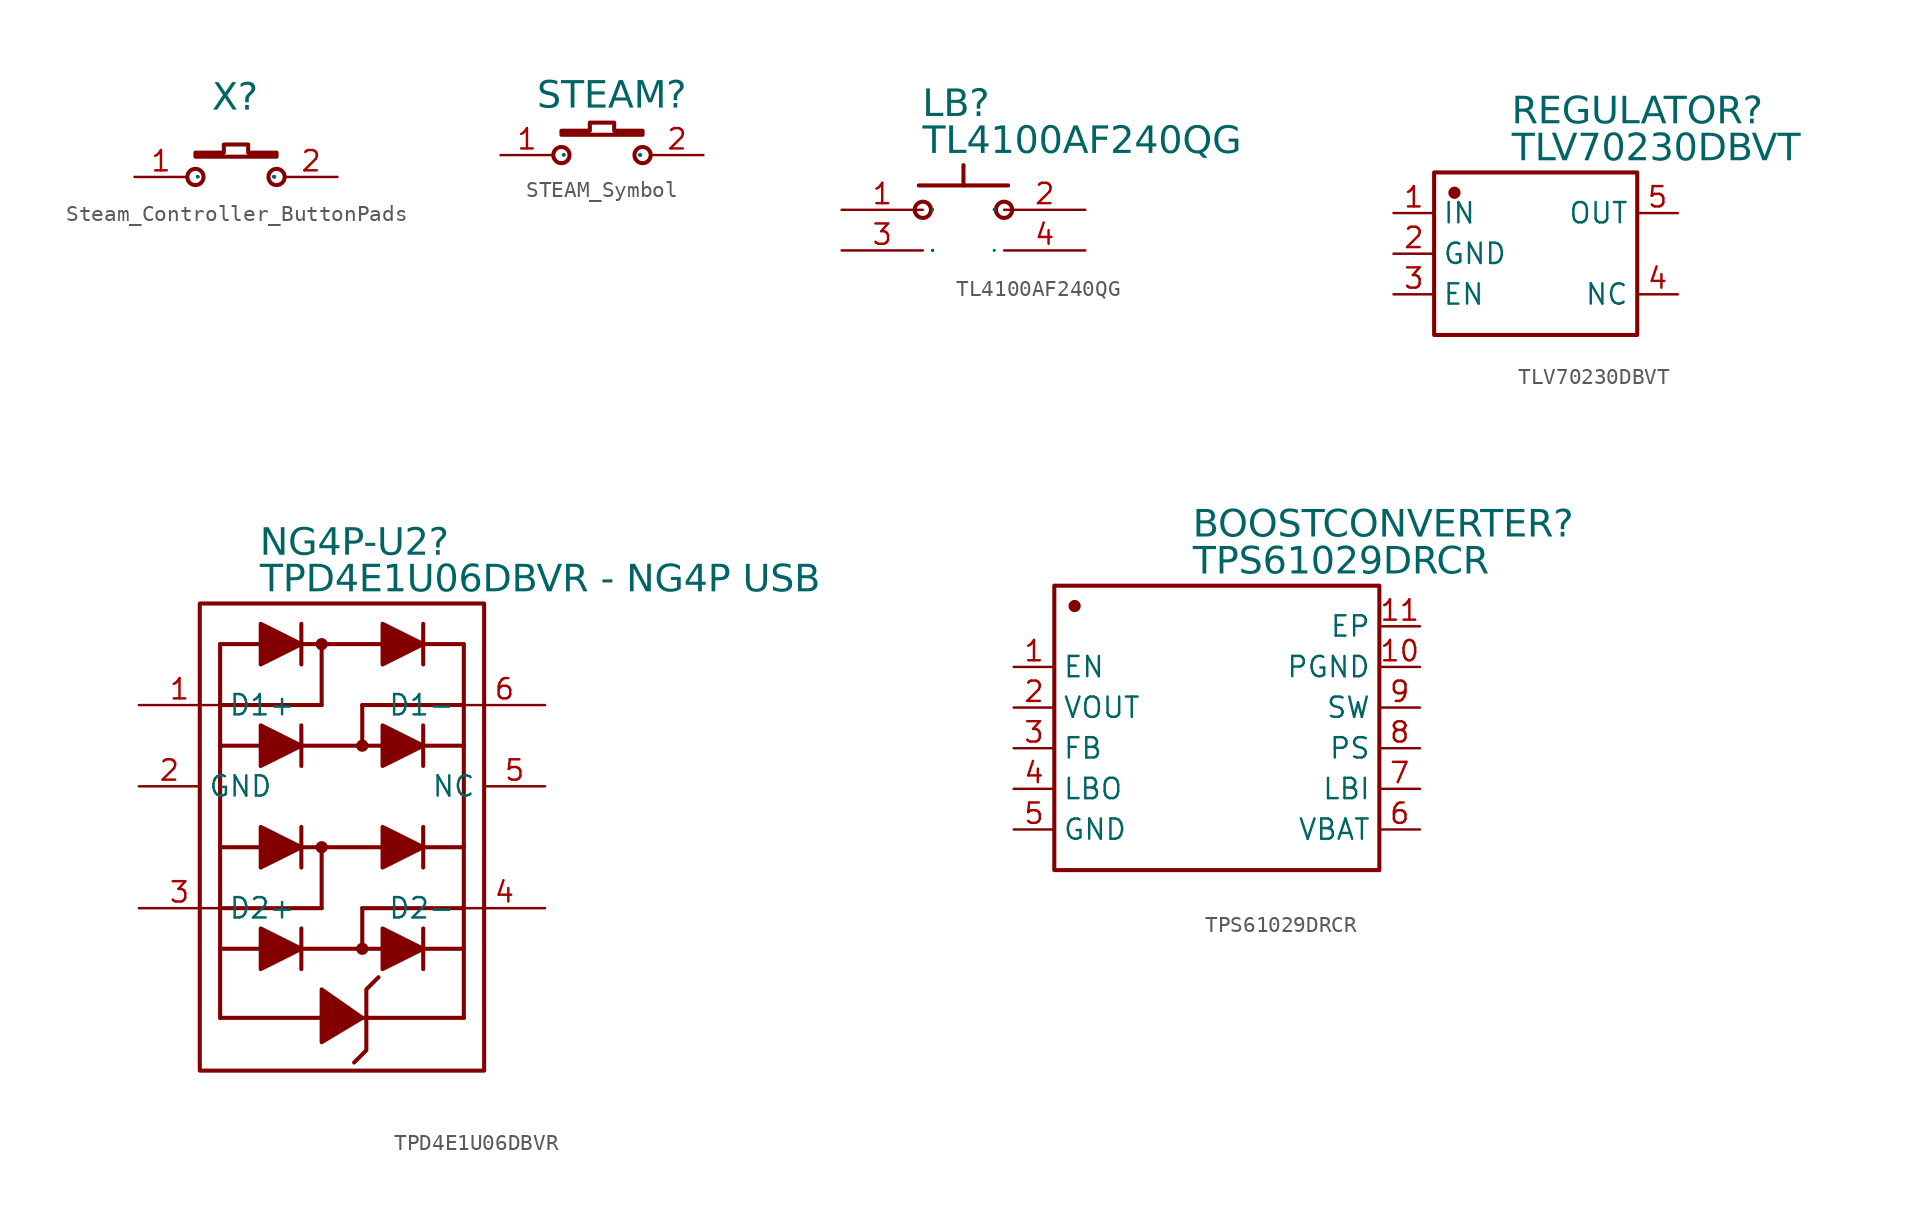
<source format=kicad_sym>
(kicad_symbol_lib
  (version 20241209)
  (generator "kicad_symbol_editor")
  (generator_version "9.0")
  (symbol "Steam_Controller_ButtonPads"
    (property "Reference" "X"
      (at -2.769 5.905 0)
      (effects (font (face "Arial") (size 1.689 1.689)) (justify left top)))
    (symbol "Steam_Controller_ButtonPads_0_0"
      (polyline (pts (xy -3.81 1.27) (xy 1.27 1.27) (xy 1.27 1.524) (xy -0.508 1.524) (xy -0.508 2.032) (xy -2.032 2.032) (xy -2.032 1.524) (xy -3.81 1.524) (xy -3.81 1.27)) (stroke (width 0.254) (type solid)) (fill (type none)))
      (circle (center -3.81 0) (radius 0.508) (stroke (width 0.254) (type solid)) (fill (type none)))
      (circle (center 1.27 0) (radius 0.508) (stroke (width 0.254) (type solid)) (fill (type none)))
      (pin input line (at -7.62 0 0) (length 3.302) (name "1_in" (effects (font (size 0.025 0.025)))) (number "1" (effects (font (size 1.27 1.27)))))
      (pin output line (at 5.08 0 180) (length 3.302) (name "2_out" (effects (font (size 0.025 0.025)))) (number "2" (effects (font (size 1.27 1.27)))))))
  (symbol "STEAM_Symbol"
    (property "Reference" "STEAM"
      (at -5.334 4.661 0)
      (effects (font (face "Arial") (size 1.689 1.689)) (justify left top)))
    (symbol "STEAM_Symbol_0_0"
      (polyline (pts (xy -3.81 1.27) (xy 1.27 1.27) (xy 1.27 1.524) (xy -0.508 1.524) (xy -0.508 2.032) (xy -2.032 2.032) (xy -2.032 1.524) (xy -3.81 1.524) (xy -3.81 1.27)) (stroke (width 0.254) (type solid)) (fill (type none)))
      (circle (center -3.81 0) (radius 0.508) (stroke (width 0.254) (type solid)) (fill (type none)))
      (circle (center 1.27 0) (radius 0.508) (stroke (width 0.254) (type solid)) (fill (type none)))
      (pin unspecified line (at -7.62 0 0) (length 3.302) (name "1_in" (effects (font (size 0.025 0.025)))) (number "1" (effects (font (size 1.27 1.27)))))
      (pin unspecified line (at 5.08 0 180) (length 3.302) (name "2_out" (effects (font (size 0.025 0.025)))) (number "2" (effects (font (size 1.27 1.27)))))))
  (symbol "TL4100AF240QG"
    (property "Reference" "LB"
      (at -2.565 7.556 0)
      (effects (font (face "Arial") (size 1.689 1.689)) (justify left top)))
    (property "Value" "TL4100AF240QG"
      (at -2.565 5.245 0)
      (effects (font (face "Arial") (size 1.689 1.689)) (justify left top)))
    (symbol "TL4100AF240QG_0_0"
      (polyline (pts (xy -2.794 1.524) (xy 2.794 1.524)) (stroke (width 0.254) (type solid)) (fill (type none)))
      (circle (center -2.54 0) (radius 0.508) (stroke (width 0.254) (type solid)) (fill (type none)))
      (polyline (pts (xy 0 1.524) (xy 0 2.794)) (stroke (width 0.254) (type solid)) (fill (type none)))
      (circle (center 2.54 0) (radius 0.508) (stroke (width 0.254) (type solid)) (fill (type none)))
      (pin unspecified line (at -7.62 0 0) (length 5.08) (name "1" (effects (font (size 0.025 0.025)))) (number "1" (effects (font (size 1.27 1.27)))))
      (pin unspecified line (at -7.62 -2.54 0) (length 5.08) (name "3" (effects (font (size 0.025 0.025)))) (number "3" (effects (font (size 1.27 1.27)))))
      (pin unspecified line (at 7.62 0 180) (length 5.08) (name "2" (effects (font (size 0.025 0.025)))) (number "2" (effects (font (size 1.27 1.27)))))
      (pin unspecified line (at 7.62 -2.54 180) (length 5.08) (name "4" (effects (font (size 0.025 0.025)))) (number "4" (effects (font (size 1.27 1.27)))))))
  (symbol "TLV70230DBVT"
    (property "Reference" "REGULATOR"
      (at -1.499 9.842 0)
      (effects (font (face "Arial") (size 1.689 1.689)) (justify left top)))
    (property "Value" "TLV70230DBVT"
      (at -1.499 7.531 0)
      (effects (font (face "Arial") (size 1.689 1.689)) (justify left top)))
    (symbol "TLV70230DBVT_0_0"
      (rectangle (start -6.35 5.08) (end 6.35 -5.08) (stroke (width 0.254) (type solid)) (fill (type none)))
      (circle (center -5.08 3.81) (radius 0.254) (stroke (width 0.254) (type solid)) (fill (type outline)))
      (pin unspecified line (at -8.89 2.54 0) (length 2.54) (name "IN" (effects (font (size 1.27 1.27)))) (number "1" (effects (font (size 1.27 1.27)))))
      (pin unspecified line (at -8.89 0 0) (length 2.54) (name "GND" (effects (font (size 1.27 1.27)))) (number "2" (effects (font (size 1.27 1.27)))))
      (pin unspecified line (at -8.89 -2.54 0) (length 2.54) (name "EN" (effects (font (size 1.27 1.27)))) (number "3" (effects (font (size 1.27 1.27)))))
      (pin unspecified line (at 8.89 2.54 180) (length 2.54) (name "OUT" (effects (font (size 1.27 1.27)))) (number "5" (effects (font (size 1.27 1.27)))))
      (pin unspecified line (at 8.89 -2.54 180) (length 2.54) (name "NC" (effects (font (size 1.27 1.27)))) (number "4" (effects (font (size 1.27 1.27)))))))
  (symbol "TPD4E1U06DBVR"
    (property "Reference" "NG4P-U2"
      (at -5.131 18.707 0)
      (effects (font (face "Arial") (size 1.689 1.689)) (justify left top)))
    (property "Value" "TPD4E1U06DBVR - NG4P USB"
      (at -5.131 16.421 0)
      (effects (font (face "Arial") (size 1.689 1.689)) (justify left top)))
    (symbol "TPD4E1U06DBVR_0_0"
      (rectangle (start -8.89 13.97) (end 8.89 -15.24) (stroke (width 0.254) (type solid)) (fill (type none)))
      (polyline (pts (xy -7.62 11.43) (xy 7.62 11.43)) (stroke (width 0.254) (type solid)) (fill (type none)))
      (polyline (pts (xy -7.62 5.08) (xy 7.62 5.08)) (stroke (width 0.254) (type solid)) (fill (type none)))
      (polyline (pts (xy -7.62 -1.27) (xy 7.62 -1.27)) (stroke (width 0.254) (type solid)) (fill (type none)))
      (polyline (pts (xy -7.62 -7.62) (xy 7.62 -7.62)) (stroke (width 0.254) (type solid)) (fill (type none)))
      (polyline (pts (xy -7.62 -11.938) (xy -7.62 11.43)) (stroke (width 0.254) (type solid)) (fill (type none)))
      (polyline (pts (xy -7.62 -11.938) (xy -1.27 -11.938)) (stroke (width 0.254) (type solid)) (fill (type none)))
      (polyline (pts (xy -5.08 10.16) (xy -2.54 11.43) (xy -5.08 12.7) (xy -5.08 10.16)) (stroke (width 0.254) (type solid)) (fill (type outline)))
      (polyline (pts (xy -5.08 3.81) (xy -2.54 5.08) (xy -5.08 6.35) (xy -5.08 3.81)) (stroke (width 0.254) (type solid)) (fill (type outline)))
      (polyline (pts (xy -5.08 0) (xy -2.54 -1.27) (xy -5.08 -2.54) (xy -5.08 0)) (stroke (width 0.254) (type solid)) (fill (type outline)))
      (polyline (pts (xy -5.08 -6.35) (xy -2.54 -7.62) (xy -5.08 -8.89) (xy -5.08 -6.35)) (stroke (width 0.254) (type solid)) (fill (type outline)))
      (polyline (pts (xy -2.54 12.7) (xy -2.54 11.43)) (stroke (width 0.254) (type solid)) (fill (type none)))
      (polyline (pts (xy -2.54 11.43) (xy -2.54 10.16)) (stroke (width 0.254) (type solid)) (fill (type none)))
      (polyline (pts (xy -2.54 6.35) (xy -2.54 5.08)) (stroke (width 0.254) (type solid)) (fill (type none)))
      (polyline (pts (xy -2.54 5.08) (xy -2.54 3.81)) (stroke (width 0.254) (type solid)) (fill (type none)))
      (polyline (pts (xy -2.54 -1.27) (xy -2.54 0)) (stroke (width 0.254) (type solid)) (fill (type none)))
      (polyline (pts (xy -2.54 -2.54) (xy -2.54 -1.27)) (stroke (width 0.254) (type solid)) (fill (type none)))
      (polyline (pts (xy -2.54 -7.62) (xy -2.54 -6.35)) (stroke (width 0.254) (type solid)) (fill (type none)))
      (polyline (pts (xy -2.54 -8.89) (xy -2.54 -7.62)) (stroke (width 0.254) (type solid)) (fill (type none)))
      (circle (center -1.27 11.43) (radius 0.254) (stroke (width 0.254) (type solid)) (fill (type none)))
      (polyline (pts (xy -1.27 7.62) (xy -7.62 7.62)) (stroke (width 0.254) (type solid)) (fill (type none)))
      (polyline (pts (xy -1.27 7.62) (xy -1.27 11.43)) (stroke (width 0.254) (type solid)) (fill (type none)))
      (circle (center -1.27 -1.27) (radius 0.254) (stroke (width 0.254) (type solid)) (fill (type none)))
      (polyline (pts (xy -1.27 -5.08) (xy -7.62 -5.08)) (stroke (width 0.254) (type solid)) (fill (type none)))
      (polyline (pts (xy -1.27 -5.08) (xy -1.27 -1.27)) (stroke (width 0.254) (type solid)) (fill (type none)))
      (polyline (pts (xy -1.27 -13.462) (xy 1.27 -11.938) (xy -1.27 -10.16) (xy -1.27 -13.462)) (stroke (width 0.254) (type solid)) (fill (type outline)))
      (polyline (pts (xy 1.27 7.62) (xy 1.27 5.08)) (stroke (width 0.254) (type solid)) (fill (type none)))
      (circle (center 1.27 5.08) (radius 0.254) (stroke (width 0.254) (type solid)) (fill (type none)))
      (polyline (pts (xy 1.27 -5.08) (xy 1.27 -7.62)) (stroke (width 0.254) (type solid)) (fill (type none)))
      (circle (center 1.27 -7.62) (radius 0.254) (stroke (width 0.254) (type solid)) (fill (type none)))
      (polyline (pts (xy 1.27 -11.938) (xy 7.62 -11.938)) (stroke (width 0.254) (type solid)) (fill (type none)))
      (polyline (pts (xy 2.286 -9.398) (xy 1.524 -10.16) (xy 1.524 -13.97) (xy 0.762 -14.732)) (stroke (width 0.254) (type solid)) (fill (type none)))
      (polyline (pts (xy 2.54 10.16) (xy 5.08 11.43) (xy 2.54 12.7) (xy 2.54 10.16)) (stroke (width 0.254) (type solid)) (fill (type outline)))
      (polyline (pts (xy 2.54 3.81) (xy 5.08 5.08) (xy 2.54 6.35) (xy 2.54 3.81)) (stroke (width 0.254) (type solid)) (fill (type outline)))
      (polyline (pts (xy 2.54 0) (xy 5.08 -1.27) (xy 2.54 -2.54) (xy 2.54 0)) (stroke (width 0.254) (type solid)) (fill (type outline)))
      (polyline (pts (xy 2.54 -6.35) (xy 5.08 -7.62) (xy 2.54 -8.89) (xy 2.54 -6.35)) (stroke (width 0.254) (type solid)) (fill (type outline)))
      (polyline (pts (xy 5.08 12.7) (xy 5.08 11.43)) (stroke (width 0.254) (type solid)) (fill (type none)))
      (polyline (pts (xy 5.08 11.43) (xy 5.08 10.16)) (stroke (width 0.254) (type solid)) (fill (type none)))
      (polyline (pts (xy 5.08 6.35) (xy 5.08 5.08)) (stroke (width 0.254) (type solid)) (fill (type none)))
      (polyline (pts (xy 5.08 5.08) (xy 5.08 3.81)) (stroke (width 0.254) (type solid)) (fill (type none)))
      (polyline (pts (xy 5.08 -1.27) (xy 5.08 0)) (stroke (width 0.254) (type solid)) (fill (type none)))
      (polyline (pts (xy 5.08 -2.54) (xy 5.08 -1.27)) (stroke (width 0.254) (type solid)) (fill (type none)))
      (polyline (pts (xy 5.08 -7.62) (xy 5.08 -6.35)) (stroke (width 0.254) (type solid)) (fill (type none)))
      (polyline (pts (xy 5.08 -8.89) (xy 5.08 -7.62)) (stroke (width 0.254) (type solid)) (fill (type none)))
      (polyline (pts (xy 7.62 7.62) (xy 1.27 7.62)) (stroke (width 0.254) (type solid)) (fill (type none)))
      (polyline (pts (xy 7.62 -5.08) (xy 1.27 -5.08)) (stroke (width 0.254) (type solid)) (fill (type none)))
      (polyline (pts (xy 7.62 -11.938) (xy 7.62 11.43)) (stroke (width 0.254) (type solid)) (fill (type none)))
      (pin unspecified line (at -12.7 7.62 0) (length 5.08) (name "D1+" (effects (font (size 1.27 1.27)))) (number "1" (effects (font (size 1.27 1.27)))))
      (pin unspecified line (at -12.7 2.54 0) (length 3.81) (name "GND" (effects (font (size 1.27 1.27)))) (number "2" (effects (font (size 1.27 1.27)))))
      (pin unspecified line (at -12.7 -5.08 0) (length 5.08) (name "D2+" (effects (font (size 1.27 1.27)))) (number "3" (effects (font (size 1.27 1.27)))))
      (pin unspecified line (at 12.7 7.62 180) (length 5.08) (name "D1-" (effects (font (size 1.27 1.27)))) (number "6" (effects (font (size 1.27 1.27)))))
      (pin unspecified line (at 12.7 2.54 180) (length 3.81) (name "NC" (effects (font (size 1.27 1.27)))) (number "5" (effects (font (size 1.27 1.27)))))
      (pin unspecified line (at 12.7 -5.08 180) (length 5.08) (name "D2-" (effects (font (size 1.27 1.27)))) (number "4" (effects (font (size 1.27 1.27)))))))
  (symbol "TPS61029DRCR"
    (property "Reference" "BOOSTCONVERTER"
      (at -1.499 12.383 0)
      (effects (font (face "Arial") (size 1.689 1.689)) (justify left top)))
    (property "Value" "TPS61029DRCR"
      (at -1.499 10.071 0)
      (effects (font (face "Arial") (size 1.689 1.689)) (justify left top)))
    (symbol "TPS61029DRCR_0_0"
      (rectangle (start -10.16 7.62) (end 10.16 -10.16) (stroke (width 0.254) (type solid)) (fill (type none)))
      (circle (center -8.89 6.35) (radius 0.254) (stroke (width 0.254) (type solid)) (fill (type outline)))
      (pin unspecified line (at -12.7 2.54 0) (length 2.54) (name "EN" (effects (font (size 1.27 1.27)))) (number "1" (effects (font (size 1.27 1.27)))))
      (pin unspecified line (at -12.7 0 0) (length 2.54) (name "VOUT" (effects (font (size 1.27 1.27)))) (number "2" (effects (font (size 1.27 1.27)))))
      (pin unspecified line (at -12.7 -2.54 0) (length 2.54) (name "FB" (effects (font (size 1.27 1.27)))) (number "3" (effects (font (size 1.27 1.27)))))
      (pin unspecified line (at -12.7 -5.08 0) (length 2.54) (name "LBO" (effects (font (size 1.27 1.27)))) (number "4" (effects (font (size 1.27 1.27)))))
      (pin unspecified line (at -12.7 -7.62 0) (length 2.54) (name "GND" (effects (font (size 1.27 1.27)))) (number "5" (effects (font (size 1.27 1.27)))))
      (pin unspecified line (at 12.7 5.08 180) (length 2.54) (name "EP" (effects (font (size 1.27 1.27)))) (number "11" (effects (font (size 1.27 1.27)))))
      (pin unspecified line (at 12.7 2.54 180) (length 2.54) (name "PGND" (effects (font (size 1.27 1.27)))) (number "10" (effects (font (size 1.27 1.27)))))
      (pin unspecified line (at 12.7 0 180) (length 2.54) (name "SW" (effects (font (size 1.27 1.27)))) (number "9" (effects (font (size 1.27 1.27)))))
      (pin unspecified line (at 12.7 -2.54 180) (length 2.54) (name "PS" (effects (font (size 1.27 1.27)))) (number "8" (effects (font (size 1.27 1.27)))))
      (pin unspecified line (at 12.7 -5.08 180) (length 2.54) (name "LBI" (effects (font (size 1.27 1.27)))) (number "7" (effects (font (size 1.27 1.27)))))
      (pin unspecified line (at 12.7 -7.62 180) (length 2.54) (name "VBAT" (effects (font (size 1.27 1.27)))) (number "6" (effects (font (size 1.27 1.27))))))))
</source>
